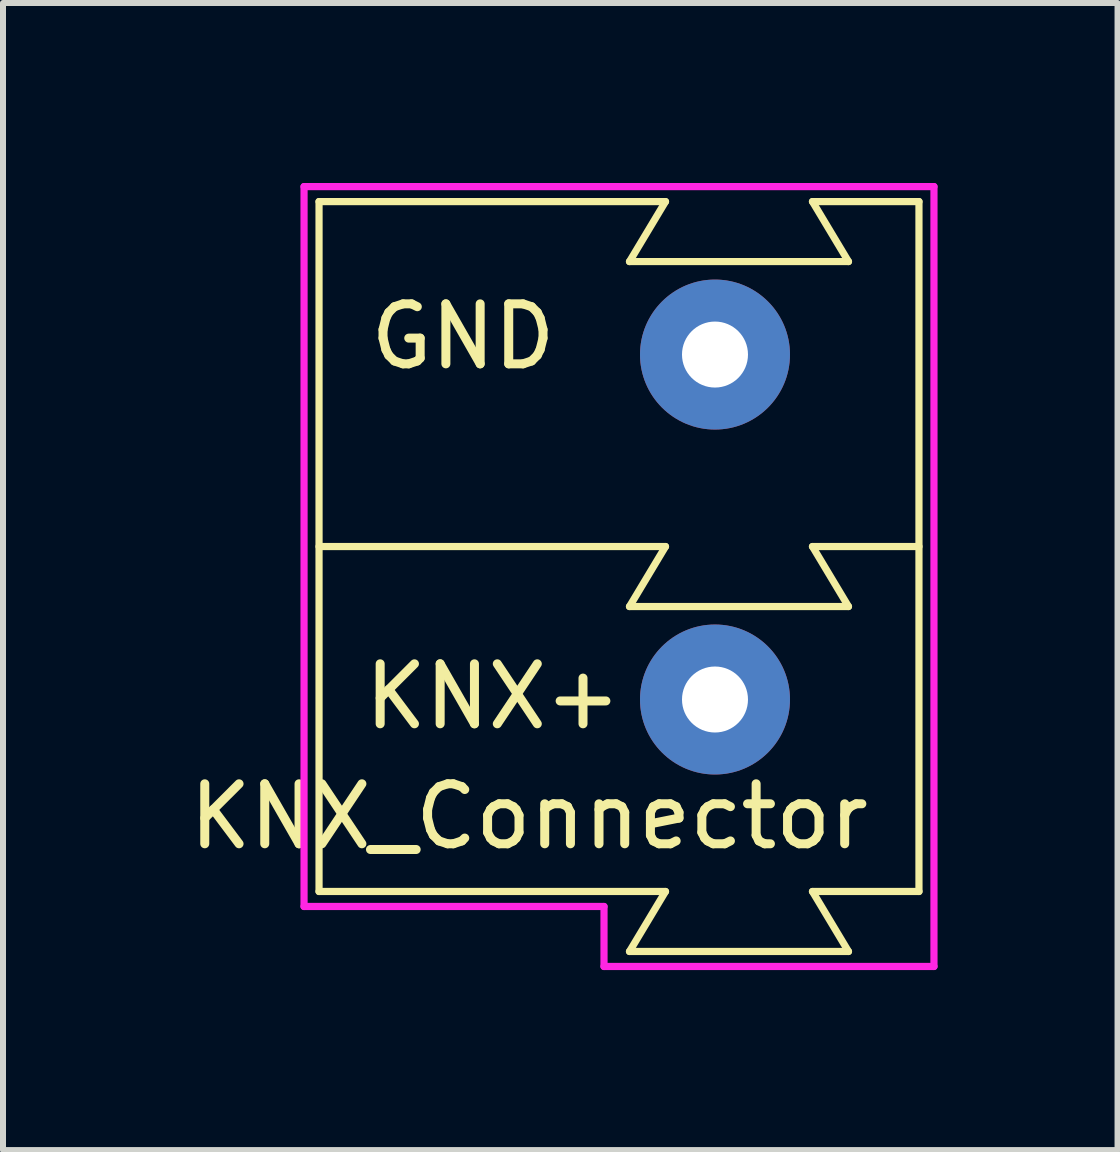
<source format=kicad_pcb>
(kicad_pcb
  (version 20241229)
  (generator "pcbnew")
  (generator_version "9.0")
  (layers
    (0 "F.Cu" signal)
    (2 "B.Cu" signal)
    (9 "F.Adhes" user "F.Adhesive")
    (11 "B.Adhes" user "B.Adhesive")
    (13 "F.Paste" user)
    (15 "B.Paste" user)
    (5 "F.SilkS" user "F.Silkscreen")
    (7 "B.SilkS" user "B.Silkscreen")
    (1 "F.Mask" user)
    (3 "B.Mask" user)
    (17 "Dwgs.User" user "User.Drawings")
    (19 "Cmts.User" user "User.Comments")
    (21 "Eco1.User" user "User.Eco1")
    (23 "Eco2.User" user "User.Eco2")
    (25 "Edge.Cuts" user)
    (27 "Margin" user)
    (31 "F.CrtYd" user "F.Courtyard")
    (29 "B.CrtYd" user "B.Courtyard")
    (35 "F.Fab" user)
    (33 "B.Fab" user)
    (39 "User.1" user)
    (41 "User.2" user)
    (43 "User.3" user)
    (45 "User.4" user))
  (footprint "KNX_Connector"
    (layer "F.Cu")
    (at 9.268 6.06)
    (property "Reference" "KNX_Connector" (at -3.5 4.5 0) (layer "F.SilkS") (effects (font (size 1 1) (thickness 0.15))))
    (attr through_hole)
    (fp_line (start -7 -5.75) (end -7 5.75) (stroke (width 0.12) (type solid)) (layer "F.SilkS"))
    (fp_line (start -1.225 -5.75) (end -7 -5.75) (stroke (width 0.12) (type solid)) (layer "F.SilkS"))
    (fp_line (start -1.225 -5.75) (end -1.825 -4.75) (stroke (width 0.12) (type solid)) (layer "F.SilkS"))
    (fp_line (start -1.225 0) (end -7 0) (stroke (width 0.12) (type solid)) (layer "F.SilkS"))
    (fp_line (start -1.225 0) (end -1.825 1) (stroke (width 0.12) (type solid)) (layer "F.SilkS"))
    (fp_line (start -1.225 5.75) (end -7 5.75) (stroke (width 0.12) (type solid)) (layer "F.SilkS"))
    (fp_line (start -1.225 5.75) (end -1.825 6.75) (stroke (width 0.12) (type solid)) (layer "F.SilkS"))
    (fp_line (start 1.225 0) (end 1.825 1) (stroke (width 0.12) (type solid)) (layer "F.SilkS"))
    (fp_line (start 1.225 0) (end 3 0) (stroke (width 0.12) (type solid)) (layer "F.SilkS"))
    (fp_line (start 1.225 5.75) (end 1.825 6.75) (stroke (width 0.12) (type solid)) (layer "F.SilkS"))
    (fp_line (start 1.225 5.75) (end 3 5.75) (stroke (width 0.12) (type solid)) (layer "F.SilkS"))
    (fp_line (start 1.825 -4.75) (end -1.825 -4.75) (stroke (width 0.12) (type solid)) (layer "F.SilkS"))
    (fp_line (start 1.825 -4.75) (end 1.225 -5.75) (stroke (width 0.12) (type solid)) (layer "F.SilkS"))
    (fp_line (start 1.825 1) (end -1.825 1) (stroke (width 0.12) (type solid)) (layer "F.SilkS"))
    (fp_line (start 1.825 6.75) (end -1.825 6.75) (stroke (width 0.12) (type solid)) (layer "F.SilkS"))
    (fp_line (start 3 -5.75) (end 1.225 -5.75) (stroke (width 0.12) (type solid)) (layer "F.SilkS"))
    (fp_line (start 3 -5.75) (end 3 5.75) (stroke (width 0.12) (type solid)) (layer "F.SilkS"))
    (fp_line (start -7.25 -6) (end 3.25 -6) (stroke (width 0.12) (type solid)) (layer "F.CrtYd"))
    (fp_line (start -7.25 6) (end -7.25 -6) (stroke (width 0.12) (type solid)) (layer "F.CrtYd"))
    (fp_line (start -7.25 6) (end -2.25 6) (stroke (width 0.12) (type solid)) (layer "F.CrtYd"))
    (fp_line (start -2.25 6) (end -2.25 7) (stroke (width 0.12) (type solid)) (layer "F.CrtYd"))
    (fp_line (start -2.25 7) (end 3.25 7) (stroke (width 0.12) (type solid)) (layer "F.CrtYd"))
    (fp_line (start 3.25 -6) (end 3.25 7) (stroke (width 0.12) (type solid)) (layer "F.CrtYd"))
    (fp_text user "KNX+" (at -4.1 2.5 0) (layer "F.SilkS") (effects (font (size 1 1) (thickness 0.15))))
    (fp_text user "GND" (at -4.6 -3.5 0) (layer "F.SilkS") (effects (font (size 1 1) (thickness 0.15))))
    (pad "1" thru_hole circle (at -0.4 2.55) (size 2.5 2.5) (drill 1.1) (layers "*.Cu" "*.Mask"))
    (pad "2" thru_hole circle (at -0.4 -3.2) (size 2.5 2.5) (drill 1.1) (layers "*.Cu" "*.Mask")))
  (gr_rect
    (start -3 -3)
    (end 15.578 16.12)
    (stroke (width 0.1) (type default))
    (fill no)
    (layer "Edge.Cuts")))
</source>
